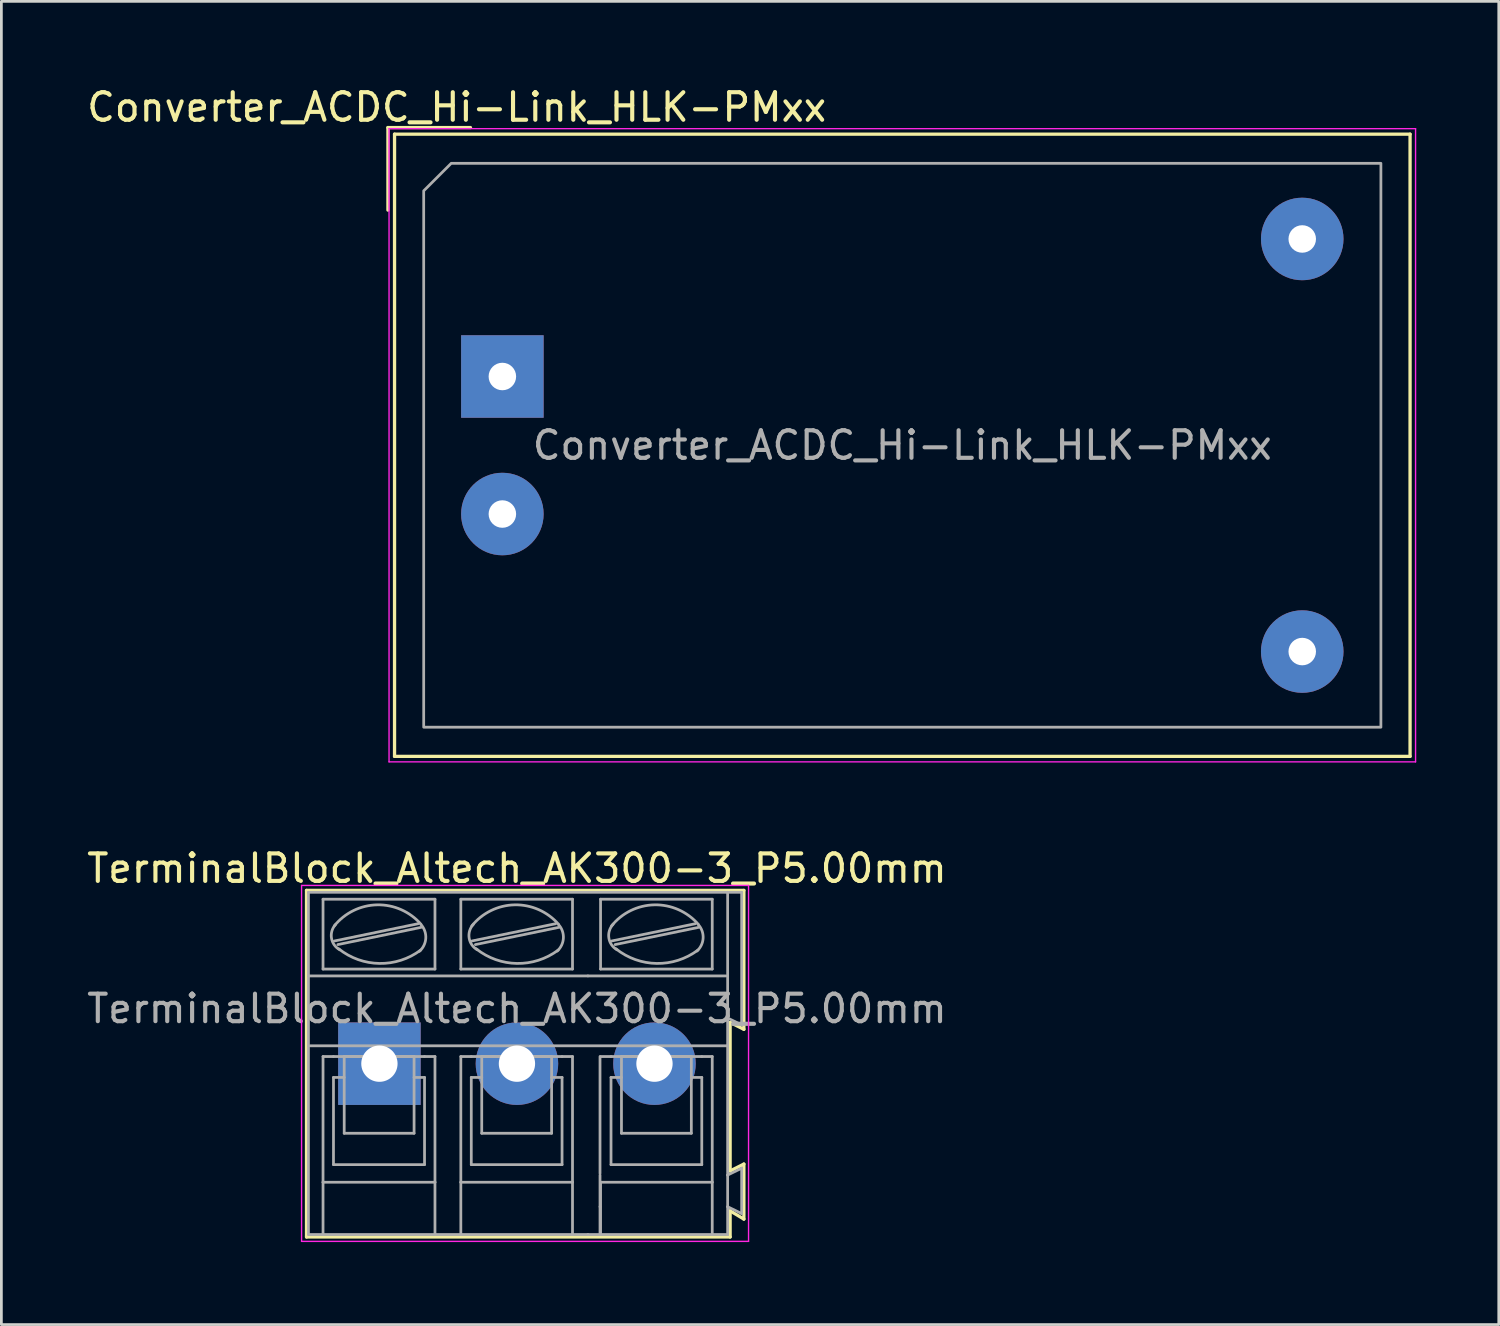
<source format=kicad_pcb>
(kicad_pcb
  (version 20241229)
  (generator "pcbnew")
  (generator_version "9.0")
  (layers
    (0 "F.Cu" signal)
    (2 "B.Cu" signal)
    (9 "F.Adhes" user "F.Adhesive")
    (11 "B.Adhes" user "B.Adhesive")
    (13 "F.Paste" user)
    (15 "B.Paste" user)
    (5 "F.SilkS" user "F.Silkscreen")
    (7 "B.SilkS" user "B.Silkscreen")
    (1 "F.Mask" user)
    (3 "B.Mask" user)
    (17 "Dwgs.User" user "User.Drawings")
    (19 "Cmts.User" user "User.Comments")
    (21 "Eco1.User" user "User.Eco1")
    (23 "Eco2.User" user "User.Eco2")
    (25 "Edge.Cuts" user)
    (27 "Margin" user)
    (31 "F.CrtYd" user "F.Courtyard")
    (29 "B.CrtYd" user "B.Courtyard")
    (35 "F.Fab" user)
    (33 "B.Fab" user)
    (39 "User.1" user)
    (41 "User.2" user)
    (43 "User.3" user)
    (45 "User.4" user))
  (footprint "TerminalBlock_Altech_AK300-3_P5.00mm"
    (layer "F.Cu")
    (at 10.744 35.621)
    (property "Reference" "TerminalBlock_Altech_AK300-3_P5.00mm" (at 5 -7.1 0) (layer "F.SilkS") (effects (font (size 1 1) (thickness 0.15))))
    (attr through_hole)
    (fp_line (start -2.65 -6.3) (end -2.65 6.3) (stroke (width 0.12) (type solid)) (layer "F.SilkS"))
    (fp_line (start -2.65 6.3) (end 12.75 6.3) (stroke (width 0.12) (type solid)) (layer "F.SilkS"))
    (fp_line (start 12.75 -1.5) (end 13.25 -1.25) (stroke (width 0.12) (type solid)) (layer "F.SilkS"))
    (fp_line (start 12.75 3.9) (end 12.75 -1.5) (stroke (width 0.12) (type solid)) (layer "F.SilkS"))
    (fp_line (start 12.75 5.35) (end 13.25 5.65) (stroke (width 0.12) (type solid)) (layer "F.SilkS"))
    (fp_line (start 12.75 6.3) (end 12.75 5.35) (stroke (width 0.12) (type solid)) (layer "F.SilkS"))
    (fp_line (start 13.25 -6.3) (end -2.65 -6.3) (stroke (width 0.12) (type solid)) (layer "F.SilkS"))
    (fp_line (start 13.25 -1.25) (end 13.25 -6.3) (stroke (width 0.12) (type solid)) (layer "F.SilkS"))
    (fp_line (start 13.25 3.65) (end 12.75 3.9) (stroke (width 0.12) (type solid)) (layer "F.SilkS"))
    (fp_line (start 13.25 5.65) (end 13.25 3.65) (stroke (width 0.12) (type solid)) (layer "F.SilkS"))
    (fp_line (start -2.83 -6.48) (end -2.83 6.46) (stroke (width 0.05) (type solid)) (layer "F.CrtYd"))
    (fp_line (start -2.83 -6.48) (end 13.42 -6.48) (stroke (width 0.05) (type solid)) (layer "F.CrtYd"))
    (fp_line (start 13.42 6.46) (end -2.83 6.46) (stroke (width 0.05) (type solid)) (layer "F.CrtYd"))
    (fp_line (start 13.42 6.46) (end 13.42 -6.48) (stroke (width 0.05) (type solid)) (layer "F.CrtYd"))
    (fp_line (start -2.58 -6.23) (end 12.66 -6.23) (stroke (width 0.1) (type solid)) (layer "F.Fab"))
    (fp_line (start -2.58 -3.19) (end -2.58 -6.23) (stroke (width 0.1) (type solid)) (layer "F.Fab"))
    (fp_line (start -2.58 -3.19) (end 7.58 -3.19) (stroke (width 0.1) (type solid)) (layer "F.Fab"))
    (fp_line (start -2.58 -0.65) (end -2.58 -3.19) (stroke (width 0.1) (type solid)) (layer "F.Fab"))
    (fp_line (start -2.58 6.21) (end -2.58 -0.65) (stroke (width 0.1) (type solid)) (layer "F.Fab"))
    (fp_line (start -2.58 6.21) (end -2.05 6.21) (stroke (width 0.1) (type solid)) (layer "F.Fab"))
    (fp_line (start -2.05 -3.44) (end -2.05 -5.98) (stroke (width 0.1) (type solid)) (layer "F.Fab"))
    (fp_line (start -2.05 -0.26) (end -2.05 4.31) (stroke (width 0.1) (type solid)) (layer "F.Fab"))
    (fp_line (start -2.05 -0.26) (end -1.67 -0.26) (stroke (width 0.1) (type solid)) (layer "F.Fab"))
    (fp_line (start -2.05 4.31) (end -2.05 6.21) (stroke (width 0.1) (type solid)) (layer "F.Fab"))
    (fp_line (start -2.05 6.21) (end 2.02 6.21) (stroke (width 0.1) (type solid)) (layer "F.Fab"))
    (fp_line (start -1.67 0.5) (end -1.28 0.5) (stroke (width 0.1) (type solid)) (layer "F.Fab"))
    (fp_line (start -1.67 3.67) (end -1.67 0.5) (stroke (width 0.1) (type solid)) (layer "F.Fab"))
    (fp_line (start -1.64 -4.46) (end 1.41 -5.09) (stroke (width 0.1) (type solid)) (layer "F.Fab"))
    (fp_line (start -1.51 -4.33) (end 1.53 -4.96) (stroke (width 0.1) (type solid)) (layer "F.Fab"))
    (fp_line (start -1.28 -0.26) (end 1.26 -0.26) (stroke (width 0.1) (type solid)) (layer "F.Fab"))
    (fp_line (start -1.28 2.53) (end -1.28 -0.26) (stroke (width 0.1) (type solid)) (layer "F.Fab"))
    (fp_line (start -1.28 2.53) (end 1.26 2.53) (stroke (width 0.1) (type solid)) (layer "F.Fab"))
    (fp_line (start 1.26 2.53) (end 1.26 -0.26) (stroke (width 0.1) (type solid)) (layer "F.Fab"))
    (fp_line (start 1.64 -0.26) (end -1.67 -0.26) (stroke (width 0.1) (type solid)) (layer "F.Fab"))
    (fp_line (start 1.64 0.5) (end 1.26 0.5) (stroke (width 0.1) (type solid)) (layer "F.Fab"))
    (fp_line (start 1.64 3.67) (end -1.67 3.67) (stroke (width 0.1) (type solid)) (layer "F.Fab"))
    (fp_line (start 1.64 3.67) (end 1.64 0.5) (stroke (width 0.1) (type solid)) (layer "F.Fab"))
    (fp_line (start 2.02 -5.98) (end -2.05 -5.98) (stroke (width 0.1) (type solid)) (layer "F.Fab"))
    (fp_line (start 2.02 -3.44) (end -2.05 -3.44) (stroke (width 0.1) (type solid)) (layer "F.Fab"))
    (fp_line (start 2.02 -3.44) (end 2.02 -5.98) (stroke (width 0.1) (type solid)) (layer "F.Fab"))
    (fp_line (start 2.02 -0.26) (end 1.64 -0.26) (stroke (width 0.1) (type solid)) (layer "F.Fab"))
    (fp_line (start 2.02 4.31) (end -2.05 4.31) (stroke (width 0.1) (type solid)) (layer "F.Fab"))
    (fp_line (start 2.02 4.31) (end 2.02 -0.26) (stroke (width 0.1) (type solid)) (layer "F.Fab"))
    (fp_line (start 2.02 6.21) (end 2.02 4.31) (stroke (width 0.1) (type solid)) (layer "F.Fab"))
    (fp_line (start 2.02 6.21) (end 2.96 6.21) (stroke (width 0.1) (type solid)) (layer "F.Fab"))
    (fp_line (start 2.96 -5.98) (end 7.02 -5.98) (stroke (width 0.1) (type solid)) (layer "F.Fab"))
    (fp_line (start 2.96 -3.44) (end 2.96 -5.98) (stroke (width 0.1) (type solid)) (layer "F.Fab"))
    (fp_line (start 2.96 -0.26) (end 3.34 -0.26) (stroke (width 0.1) (type solid)) (layer "F.Fab"))
    (fp_line (start 2.96 4.31) (end 2.96 -0.26) (stroke (width 0.1) (type solid)) (layer "F.Fab"))
    (fp_line (start 2.96 4.31) (end 7.02 4.31) (stroke (width 0.1) (type solid)) (layer "F.Fab"))
    (fp_line (start 2.96 6.21) (end 2.96 4.31) (stroke (width 0.1) (type solid)) (layer "F.Fab"))
    (fp_line (start 2.96 6.21) (end 7.02 6.21) (stroke (width 0.1) (type solid)) (layer "F.Fab"))
    (fp_line (start 3.34 -0.26) (end 6.64 -0.26) (stroke (width 0.1) (type solid)) (layer "F.Fab"))
    (fp_line (start 3.34 0.5) (end 3.72 0.5) (stroke (width 0.1) (type solid)) (layer "F.Fab"))
    (fp_line (start 3.34 3.67) (end 3.34 0.5) (stroke (width 0.1) (type solid)) (layer "F.Fab"))
    (fp_line (start 3.36 -4.46) (end 6.41 -5.09) (stroke (width 0.1) (type solid)) (layer "F.Fab"))
    (fp_line (start 3.49 -4.33) (end 6.54 -4.96) (stroke (width 0.1) (type solid)) (layer "F.Fab"))
    (fp_line (start 3.72 -0.26) (end 6.26 -0.26) (stroke (width 0.1) (type solid)) (layer "F.Fab"))
    (fp_line (start 3.72 2.53) (end 3.72 -0.26) (stroke (width 0.1) (type solid)) (layer "F.Fab"))
    (fp_line (start 3.72 2.53) (end 6.26 2.53) (stroke (width 0.1) (type solid)) (layer "F.Fab"))
    (fp_line (start 6.26 2.53) (end 6.26 -0.26) (stroke (width 0.1) (type solid)) (layer "F.Fab"))
    (fp_line (start 6.64 0.5) (end 6.26 0.5) (stroke (width 0.1) (type solid)) (layer "F.Fab"))
    (fp_line (start 6.64 3.67) (end 3.34 3.67) (stroke (width 0.1) (type solid)) (layer "F.Fab"))
    (fp_line (start 6.64 3.67) (end 6.64 0.5) (stroke (width 0.1) (type solid)) (layer "F.Fab"))
    (fp_line (start 7.02 -5.98) (end 7.02 -3.44) (stroke (width 0.1) (type solid)) (layer "F.Fab"))
    (fp_line (start 7.02 -3.44) (end 2.96 -3.44) (stroke (width 0.1) (type solid)) (layer "F.Fab"))
    (fp_line (start 7.02 -0.26) (end 6.64 -0.26) (stroke (width 0.1) (type solid)) (layer "F.Fab"))
    (fp_line (start 7.02 -0.26) (end 7.02 4.31) (stroke (width 0.1) (type solid)) (layer "F.Fab"))
    (fp_line (start 7.02 4.31) (end 7.02 6.21) (stroke (width 0.1) (type solid)) (layer "F.Fab"))
    (fp_line (start 7.02 6.21) (end 7.58 6.21) (stroke (width 0.1) (type solid)) (layer "F.Fab"))
    (fp_line (start 7.58 -3.19) (end 12.6 -3.19) (stroke (width 0.1) (type solid)) (layer "F.Fab"))
    (fp_line (start 8.02 3.99) (end 8.02 -0.26) (stroke (width 0.1) (type solid)) (layer "F.Fab"))
    (fp_line (start 8.02 4.05) (end 8.02 5.2) (stroke (width 0.1) (type solid)) (layer "F.Fab"))
    (fp_line (start 8.02 5.2) (end 8.02 6.21) (stroke (width 0.1) (type solid)) (layer "F.Fab"))
    (fp_line (start 8.04 -5.98) (end 12.1 -5.98) (stroke (width 0.1) (type solid)) (layer "F.Fab"))
    (fp_line (start 8.04 -3.44) (end 8.04 -5.98) (stroke (width 0.1) (type solid)) (layer "F.Fab"))
    (fp_line (start 8.04 -0.26) (end 8.42 -0.26) (stroke (width 0.1) (type solid)) (layer "F.Fab"))
    (fp_line (start 8.04 4.31) (end 12.1 4.31) (stroke (width 0.1) (type solid)) (layer "F.Fab"))
    (fp_line (start 8.04 6.21) (end 8.04 4.31) (stroke (width 0.1) (type solid)) (layer "F.Fab"))
    (fp_line (start 8.42 -0.26) (end 11.72 -0.26) (stroke (width 0.1) (type solid)) (layer "F.Fab"))
    (fp_line (start 8.42 0.5) (end 8.8 0.5) (stroke (width 0.1) (type solid)) (layer "F.Fab"))
    (fp_line (start 8.42 3.67) (end 8.42 0.5) (stroke (width 0.1) (type solid)) (layer "F.Fab"))
    (fp_line (start 8.44 -4.46) (end 11.49 -5.09) (stroke (width 0.1) (type solid)) (layer "F.Fab"))
    (fp_line (start 8.57 -4.33) (end 11.62 -4.96) (stroke (width 0.1) (type solid)) (layer "F.Fab"))
    (fp_line (start 8.8 -0.26) (end 11.34 -0.26) (stroke (width 0.1) (type solid)) (layer "F.Fab"))
    (fp_line (start 8.8 2.53) (end 8.8 -0.26) (stroke (width 0.1) (type solid)) (layer "F.Fab"))
    (fp_line (start 8.8 2.53) (end 11.34 2.53) (stroke (width 0.1) (type solid)) (layer "F.Fab"))
    (fp_line (start 11.34 2.53) (end 11.34 -0.26) (stroke (width 0.1) (type solid)) (layer "F.Fab"))
    (fp_line (start 11.72 0.5) (end 11.34 0.5) (stroke (width 0.1) (type solid)) (layer "F.Fab"))
    (fp_line (start 11.72 3.67) (end 8.42 3.67) (stroke (width 0.1) (type solid)) (layer "F.Fab"))
    (fp_line (start 11.72 3.67) (end 11.72 0.5) (stroke (width 0.1) (type solid)) (layer "F.Fab"))
    (fp_line (start 12.09 6.21) (end 7.58 6.21) (stroke (width 0.1) (type solid)) (layer "F.Fab"))
    (fp_line (start 12.1 -5.98) (end 12.1 -3.44) (stroke (width 0.1) (type solid)) (layer "F.Fab"))
    (fp_line (start 12.1 -3.44) (end 8.04 -3.44) (stroke (width 0.1) (type solid)) (layer "F.Fab"))
    (fp_line (start 12.1 -0.26) (end 11.72 -0.26) (stroke (width 0.1) (type solid)) (layer "F.Fab"))
    (fp_line (start 12.1 -0.26) (end 12.1 4.31) (stroke (width 0.1) (type solid)) (layer "F.Fab"))
    (fp_line (start 12.1 4.31) (end 12.1 6.21) (stroke (width 0.1) (type solid)) (layer "F.Fab"))
    (fp_line (start 12.1 6.21) (end 12.66 6.21) (stroke (width 0.1) (type solid)) (layer "F.Fab"))
    (fp_line (start 12.66 -6.23) (end 12.66 -3.19) (stroke (width 0.1) (type solid)) (layer "F.Fab"))
    (fp_line (start 12.66 -6.23) (end 13.17 -6.23) (stroke (width 0.1) (type solid)) (layer "F.Fab"))
    (fp_line (start 12.66 -3.19) (end 12.66 -1.66) (stroke (width 0.1) (type solid)) (layer "F.Fab"))
    (fp_line (start 12.66 -1.66) (end 12.66 -0.65) (stroke (width 0.1) (type solid)) (layer "F.Fab"))
    (fp_line (start 12.66 -0.65) (end -2.52 -0.65) (stroke (width 0.1) (type solid)) (layer "F.Fab"))
    (fp_line (start 12.66 -0.65) (end 12.66 4.05) (stroke (width 0.1) (type solid)) (layer "F.Fab"))
    (fp_line (start 12.66 4.05) (end 12.66 5.2) (stroke (width 0.1) (type solid)) (layer "F.Fab"))
    (fp_line (start 12.66 5.2) (end 12.66 6.21) (stroke (width 0.1) (type solid)) (layer "F.Fab"))
    (fp_line (start 13.17 -6.23) (end 13.17 -1.41) (stroke (width 0.1) (type solid)) (layer "F.Fab"))
    (fp_line (start 13.17 -1.41) (end 12.66 -1.66) (stroke (width 0.1) (type solid)) (layer "F.Fab"))
    (fp_line (start 13.17 3.8) (end 12.66 4.05) (stroke (width 0.1) (type solid)) (layer "F.Fab"))
    (fp_line (start 13.17 3.8) (end 13.17 5.45) (stroke (width 0.1) (type solid)) (layer "F.Fab"))
    (fp_line (start 13.17 5.45) (end 12.66 5.2) (stroke (width 0.1) (type solid)) (layer "F.Fab"))
    (fp_arc (start -1.64 -5.01) (mid -0.080263 -5.774867) (end 1.508239 -5.071686) (stroke (width 0.1) (type solid)) (layer "F.Fab"))
    (fp_arc (start -1.44 -4.14) (mid -1.742324 -4.561515) (end -1.595426 -5.059005) (stroke (width 0.1) (type solid)) (layer "F.Fab"))
    (fp_arc (start 1.5 -4.13) (mid 0.000583 -3.644318) (end -1.482333 -4.178263) (stroke (width 0.1) (type solid)) (layer "F.Fab"))
    (fp_arc (start 1.51 -5.06) (mid 1.685733 -4.561652) (end 1.455532 -4.086005) (stroke (width 0.1) (type solid)) (layer "F.Fab"))
    (fp_arc (start 3.36 -5.01) (mid 4.919737 -5.774867) (end 6.508239 -5.071686) (stroke (width 0.1) (type solid)) (layer "F.Fab"))
    (fp_arc (start 3.56 -4.14) (mid 3.261534 -4.569406) (end 3.417028 -5.068699) (stroke (width 0.1) (type solid)) (layer "F.Fab"))
    (fp_arc (start 6.5 -4.13) (mid 5.000583 -3.644318) (end 3.517667 -4.178263) (stroke (width 0.1) (type solid)) (layer "F.Fab"))
    (fp_arc (start 6.51 -5.06) (mid 6.688693 -4.568754) (end 6.465619 -4.096005) (stroke (width 0.1) (type solid)) (layer "F.Fab"))
    (fp_arc (start 8.44 -5.01) (mid 9.999737 -5.774867) (end 11.588239 -5.071686) (stroke (width 0.1) (type solid)) (layer "F.Fab"))
    (fp_arc (start 8.64 -4.14) (mid 8.341534 -4.569406) (end 8.497028 -5.068699) (stroke (width 0.1) (type solid)) (layer "F.Fab"))
    (fp_arc (start 11.58 -4.13) (mid 10.080583 -3.644318) (end 8.597667 -4.178263) (stroke (width 0.1) (type solid)) (layer "F.Fab"))
    (fp_arc (start 11.59 -5.06) (mid 11.768693 -4.568754) (end 11.545619 -4.096005) (stroke (width 0.1) (type solid)) (layer "F.Fab"))
    (fp_text user "${REFERENCE}" (at 5 -2 0) (layer "F.Fab") (effects (font (size 1 1) (thickness 0.15))))
    (pad "1" thru_hole rect (at 0 0) (size 3 3) (drill 1.32) (layers "*.Cu" "*.Mask"))
    (pad "2" thru_hole circle (at 5 0) (size 3 3) (drill 1.32) (layers "*.Cu" "*.Mask"))
    (pad "3" thru_hole circle (at 10 0) (size 3 3) (drill 1.32) (layers "*.Cu" "*.Mask")))
  (footprint "Converter_ACDC_Hi-Link_HLK-PMxx"
    (layer "F.Cu")
    (at 15.214 10.638)
    (property "Reference" "Converter_ACDC_Hi-Link_HLK-PMxx" (at -1.66 -9.79 0) (layer "F.SilkS") (effects (font (size 1 1) (thickness 0.15))))
    (attr through_hole)
    (fp_line (start -4.16 -9.05) (end -1.16 -9.05) (stroke (width 0.12) (type solid)) (layer "F.SilkS"))
    (fp_line (start -4.16 -6.05) (end -4.16 -9.05) (stroke (width 0.12) (type solid)) (layer "F.SilkS"))
    (fp_line (start -3.92 -8.81) (end -3.92 13.81) (stroke (width 0.12) (type solid)) (layer "F.SilkS"))
    (fp_line (start -3.92 -8.81) (end 33 -8.81) (stroke (width 0.12) (type solid)) (layer "F.SilkS"))
    (fp_line (start -3.92 13.81) (end 33 13.81) (stroke (width 0.12) (type solid)) (layer "F.SilkS"))
    (fp_line (start 33 -8.81) (end 33 13.81) (stroke (width 0.12) (type solid)) (layer "F.SilkS"))
    (fp_line (start -4.12 -9.01) (end -4.12 14.01) (stroke (width 0.05) (type solid)) (layer "F.CrtYd"))
    (fp_line (start -4.12 14.01) (end 33.2 14.01) (stroke (width 0.05) (type solid)) (layer "F.CrtYd"))
    (fp_line (start 33.2 -9.01) (end -4.12 -9.01) (stroke (width 0.05) (type solid)) (layer "F.CrtYd"))
    (fp_line (start 33.2 14.01) (end 33.2 -9.01) (stroke (width 0.05) (type solid)) (layer "F.CrtYd"))
    (fp_poly (pts (xy -2.86 -6.75) (xy -2.86 12.75) (xy 31.94 12.75) (xy 31.94 -7.75) (xy -1.86 -7.75)) (stroke (width 0.1) (type solid)) (fill no) (layer "F.Fab"))
    (fp_text user "${REFERENCE}" (at 14.54 2.5 0) (layer "F.Fab") (effects (font (size 1 1) (thickness 0.15))))
    (pad "1" thru_hole rect (at 0 0) (size 3 3) (drill 1) (layers "*.Cu" "*.Mask"))
    (pad "2" thru_hole circle (at 0 5) (size 3 3) (drill 1) (layers "*.Cu" "*.Mask"))
    (pad "3" thru_hole circle (at 29.08 -5) (size 3 3) (drill 1) (layers "*.Cu" "*.Mask"))
    (pad "4" thru_hole circle (at 29.08 10) (size 3 3) (drill 1) (layers "*.Cu" "*.Mask")))
  (gr_rect
    (start -3 -3)
    (end 51.439 45.106)
    (stroke (width 0.1) (type default))
    (fill no)
    (layer "Edge.Cuts")))
</source>
